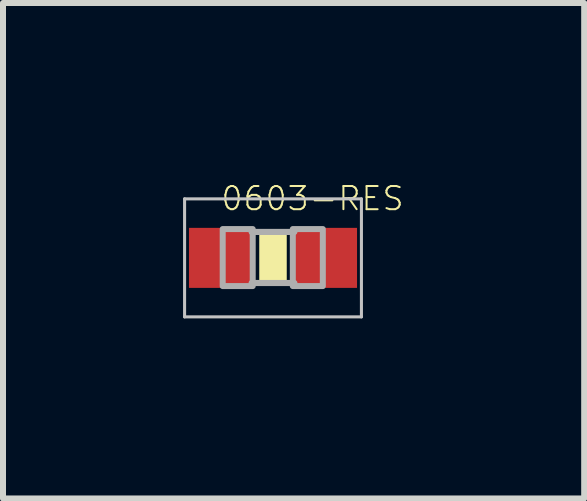
<source format=kicad_pcb>
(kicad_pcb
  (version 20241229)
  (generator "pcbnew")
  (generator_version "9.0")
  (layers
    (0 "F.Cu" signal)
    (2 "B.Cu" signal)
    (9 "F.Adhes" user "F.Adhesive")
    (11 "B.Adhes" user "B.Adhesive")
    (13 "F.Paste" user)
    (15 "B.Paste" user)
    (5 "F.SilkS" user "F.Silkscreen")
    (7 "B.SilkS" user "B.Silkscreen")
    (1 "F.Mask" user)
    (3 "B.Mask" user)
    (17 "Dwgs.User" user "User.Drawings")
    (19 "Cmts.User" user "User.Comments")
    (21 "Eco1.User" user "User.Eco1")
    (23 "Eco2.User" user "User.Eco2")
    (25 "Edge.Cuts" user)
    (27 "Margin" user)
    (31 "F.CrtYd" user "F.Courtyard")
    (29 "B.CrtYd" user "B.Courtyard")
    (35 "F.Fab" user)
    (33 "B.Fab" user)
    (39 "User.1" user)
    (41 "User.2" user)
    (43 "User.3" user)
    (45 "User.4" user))
  (footprint "0603-RES"
    (layer "F.Cu")
    (at 1.498 1.246)
    (property "Reference" "0603-RES" (at -0.889 -0.762 0) (layer "F.SilkS") (effects (font (size 0.386 0.386) (thickness 0.033)) (justify left bottom)))
    (attr through_hole)
    (fp_poly (pts (xy -0.229 0.381) (xy 0.229 0.381) (xy 0.229 -0.381) (xy -0.229 -0.381)) (stroke (width 0) (type solid)) (fill yes) (layer "F.SilkS"))
    (fp_poly (pts (xy -0.2 0.3) (xy 0.2 0.3) (xy 0.2 -0.3) (xy -0.2 -0.3)) (stroke (width 0) (type solid)) (fill yes) (layer "F.Adhes"))
    (fp_line (start -1.473 -0.983) (end 1.473 -0.983) (stroke (width 0.051) (type solid)) (layer "Dwgs.User"))
    (fp_line (start -1.473 0.983) (end -1.473 -0.983) (stroke (width 0.051) (type solid)) (layer "Dwgs.User"))
    (fp_line (start 1.473 -0.983) (end 1.473 0.983) (stroke (width 0.051) (type solid)) (layer "Dwgs.User"))
    (fp_line (start 1.473 0.983) (end -1.473 0.983) (stroke (width 0.051) (type solid)) (layer "Dwgs.User"))
    (fp_line (start -0.356 -0.432) (end 0.356 -0.432) (stroke (width 0.102) (type solid)) (layer "F.Fab"))
    (fp_line (start -0.356 0.419) (end 0.356 0.419) (stroke (width 0.102) (type solid)) (layer "F.Fab"))
    (fp_poly (pts (xy -0.838 0.47) (xy -0.338 0.47) (xy -0.338 -0.48) (xy -0.838 -0.48)) (stroke (width 0.1) (type solid)) (fill no) (layer "F.Fab"))
    (fp_poly (pts (xy 0.33 0.47) (xy 0.83 0.47) (xy 0.83 -0.48) (xy 0.33 -0.48)) (stroke (width 0.1) (type solid)) (fill no) (layer "F.Fab"))
    (pad "1" smd rect (at -0.85 0) (size 1.1 1) (layers "F.Cu" "F.Mask" "F.Paste"))
    (pad "2" smd rect (at 0.85 0) (size 1.1 1) (layers "F.Cu" "F.Mask" "F.Paste")))
  (gr_rect
    (start -3 -3)
    (end 6.682 5.254)
    (stroke (width 0.1) (type default))
    (fill no)
    (layer "Edge.Cuts")))
</source>
